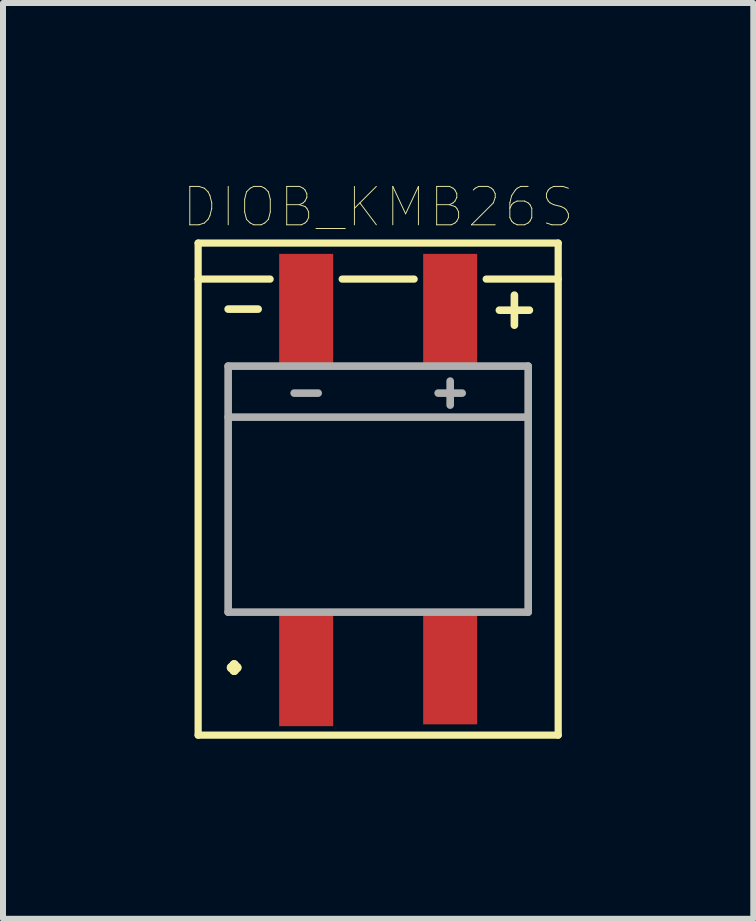
<source format=kicad_pcb>
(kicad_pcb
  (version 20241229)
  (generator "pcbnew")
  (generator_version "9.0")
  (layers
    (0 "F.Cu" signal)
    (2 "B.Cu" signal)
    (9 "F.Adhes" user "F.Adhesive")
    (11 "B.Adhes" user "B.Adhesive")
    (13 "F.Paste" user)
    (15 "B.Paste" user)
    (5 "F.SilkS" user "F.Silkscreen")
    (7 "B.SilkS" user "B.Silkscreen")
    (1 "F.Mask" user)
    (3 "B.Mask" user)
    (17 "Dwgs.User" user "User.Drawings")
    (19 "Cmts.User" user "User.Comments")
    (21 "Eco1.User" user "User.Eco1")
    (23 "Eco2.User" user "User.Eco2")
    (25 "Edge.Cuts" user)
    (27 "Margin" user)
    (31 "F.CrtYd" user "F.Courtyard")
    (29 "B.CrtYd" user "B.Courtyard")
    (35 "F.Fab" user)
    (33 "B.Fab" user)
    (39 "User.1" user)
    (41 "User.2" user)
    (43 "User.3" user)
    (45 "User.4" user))
  (footprint "DIOB_KMB26S"
    (layer "F.Cu")
    (at 3.252 5.101)
    (property "Reference" "DIOB_KMB26S" (at 0 -4.7 0) (layer "F.SilkS") (effects (font (size 0.64 0.64) (thickness 0.015))))
    (attr through_hole)
    (fp_line (start -3 -4.1) (end 3 -4.1) (stroke (width 0.12) (type solid)) (layer "F.SilkS"))
    (fp_line (start -3 -3.5) (end -1.8 -3.5) (stroke (width 0.12) (type solid)) (layer "F.SilkS"))
    (fp_line (start -3 4.1) (end -3 -4.1) (stroke (width 0.12) (type solid)) (layer "F.SilkS"))
    (fp_line (start -2.5 -3) (end -2 -3) (stroke (width 0.127) (type solid)) (layer "F.SilkS"))
    (fp_line (start -0.6 -3.5) (end 0.6 -3.5) (stroke (width 0.12) (type solid)) (layer "F.SilkS"))
    (fp_line (start 1.8 -3.5) (end 3 -3.5) (stroke (width 0.12) (type solid)) (layer "F.SilkS"))
    (fp_line (start 2.02 -2.982) (end 2.52 -2.982) (stroke (width 0.127) (type solid)) (layer "F.SilkS"))
    (fp_line (start 2.27 -3.232) (end 2.27 -2.732) (stroke (width 0.127) (type solid)) (layer "F.SilkS"))
    (fp_line (start 3 -4.1) (end 3 4.1) (stroke (width 0.12) (type solid)) (layer "F.SilkS"))
    (fp_line (start 3 4.1) (end -3 4.1) (stroke (width 0.12) (type solid)) (layer "F.SilkS"))
    (fp_line (start -2.5 -2.05) (end -2.5 2.05) (stroke (width 0.127) (type solid)) (layer "F.Fab"))
    (fp_line (start -2.5 2.05) (end 2.5 2.05) (stroke (width 0.127) (type solid)) (layer "F.Fab"))
    (fp_line (start -1.4 -1.6) (end -1 -1.6) (stroke (width 0.127) (type solid)) (layer "F.Fab"))
    (fp_line (start 1 -1.6) (end 1.4 -1.6) (stroke (width 0.127) (type solid)) (layer "F.Fab"))
    (fp_line (start 1.2 -1.8) (end 1.2 -1.4) (stroke (width 0.127) (type solid)) (layer "F.Fab"))
    (fp_line (start 2.5 -2.05) (end -2.5 -2.05) (stroke (width 0.127) (type solid)) (layer "F.Fab"))
    (fp_line (start 2.5 -1.2) (end -2.5 -1.2) (stroke (width 0.127) (type solid)) (layer "F.Fab"))
    (fp_line (start 2.5 2.05) (end 2.5 -2.05) (stroke (width 0.127) (type solid)) (layer "F.Fab"))
    (fp_text user "·" (at -2.4 2.9 0) (layer "F.SilkS") (effects (font (size 1 1) (thickness 0.15))))
    (pad "+" smd rect (at 1.2 -3) (size 0.9 1.84) (layers "F.Cu" "F.Mask" "F.Paste"))
    (pad "-" smd rect (at -1.2 -3) (size 0.9 1.84) (layers "F.Cu" "F.Mask" "F.Paste"))
    (pad "ac1" smd rect (at 1.2 3) (size 0.9 1.84) (layers "F.Cu" "F.Mask" "F.Paste"))
    (pad "ac2" smd rect (at -1.2 3) (size 0.9 1.9) (layers "F.Cu" "F.Mask" "F.Paste")))
  (gr_rect
    (start -3 -3)
    (end 9.503 12.261)
    (stroke (width 0.1) (type default))
    (fill no)
    (layer "Edge.Cuts")))
</source>
